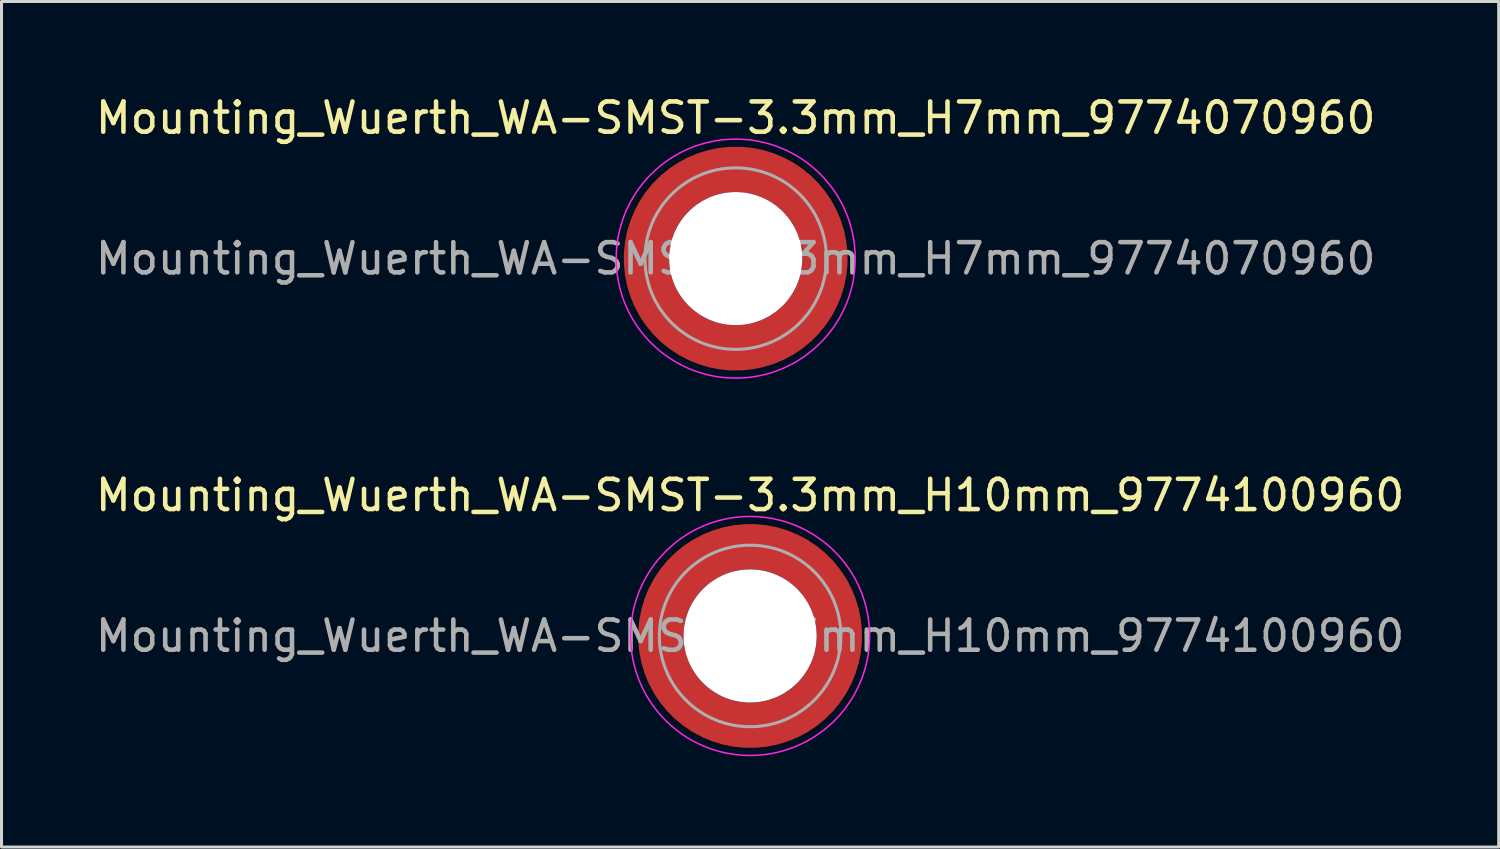
<source format=kicad_pcb>
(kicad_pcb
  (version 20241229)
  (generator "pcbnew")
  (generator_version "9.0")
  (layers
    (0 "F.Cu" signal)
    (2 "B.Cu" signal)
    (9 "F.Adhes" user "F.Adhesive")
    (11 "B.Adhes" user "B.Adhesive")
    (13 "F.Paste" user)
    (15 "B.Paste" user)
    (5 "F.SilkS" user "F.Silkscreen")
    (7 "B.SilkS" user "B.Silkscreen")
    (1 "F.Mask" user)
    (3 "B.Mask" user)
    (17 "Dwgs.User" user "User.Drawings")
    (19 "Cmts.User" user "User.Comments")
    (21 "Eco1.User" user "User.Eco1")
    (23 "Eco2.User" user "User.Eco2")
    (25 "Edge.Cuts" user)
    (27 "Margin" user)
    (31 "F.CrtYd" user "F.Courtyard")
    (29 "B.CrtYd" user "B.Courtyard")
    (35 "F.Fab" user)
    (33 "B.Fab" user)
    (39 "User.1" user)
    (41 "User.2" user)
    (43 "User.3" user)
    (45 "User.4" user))
  (footprint "Mounting_Wuerth_WA-SMST-3.3mm_H10mm_9774100960"
    (layer "F.Cu")
    (at 21.744 17.971)
    (property "Reference" "Mounting_Wuerth_WA-SMST-3.3mm_H10mm_9774100960" (at 0 -4.65 0) (layer "F.SilkS") (effects (font (size 1 1) (thickness 0.15))))
    (attr smd)
    (fp_circle (center 0 0) (end 3.95 0) (stroke (width 0.05) (type solid)) (fill no) (layer "F.CrtYd"))
    (fp_circle (center 0 0) (end 3 0) (stroke (width 0.1) (type solid)) (fill no) (layer "F.Fab"))
    (fp_text user "${REFERENCE}" (at 0 0 0) (layer "F.Fab") (effects (font (size 1 1) (thickness 0.15))))
    (pad "" smd custom (at -2.058 -2.058) (size 0.7 0.7) (layers "F.Paste") (options (anchor circle)) (primitives (gr_arc (start -0.377294 1.707681) (mid 0.317579 0.318817) (end 1.705947 -0.377044) (width 0.2)) (gr_arc (start -0.478281 1.707681) (mid 0.246161 0.248814) (end 1.703965 -0.477765) (width 0.2)) (gr_arc (start -0.579192 1.707681) (mid 0.175492 0.178063) (end 1.704077 -0.578711) (width 0.2)) (gr_arc (start -0.680037 1.707681) (mid 0.105568 0.106564) (end 1.706284 -0.679858) (width 0.2)) (gr_arc (start -0.780822 1.707681) (mid 0.034627 0.036085) (end 1.705634 -0.780569) (width 0.2)) (gr_arc (start -0.881554 1.707681) (mid -0.035694 -0.035016) (end 1.706729 -0.881441) (width 0.2)) (gr_arc (start -0.982237 1.707681) (mid -0.107281 -0.10485) (end 1.704266 -0.981842) (width 0.2)) (gr_arc (start -1.082877 1.707681) (mid -0.178372 -0.175181) (end 1.703197 -1.082374) (width 0.2)) (gr_arc (start -1.183476 1.707681) (mid -0.248964 -0.246008) (end 1.703525 -1.183025) (width 0.2)) (gr_arc (start -1.28404 1.707681) (mid -0.319062 -0.317333) (end 1.70525 -1.283784) (width 0.2)) (gr_line (start 1.708 -0.377) (end 1.708 -1.284) (width 0.2)) (gr_line (start -0.377 1.708) (end -1.284 1.708) (width 0.2))))
    (pad "" smd custom (at -2.058 2.058) (size 0.7 0.7) (layers "F.Paste") (options (anchor circle)) (primitives (gr_arc (start 1.707681 0.377294) (mid 0.318817 -0.317579) (end -0.377044 -1.705947) (width 0.2)) (gr_arc (start 1.707681 0.478281) (mid 0.248814 -0.246161) (end -0.477765 -1.703965) (width 0.2)) (gr_arc (start 1.707681 0.579192) (mid 0.178063 -0.175492) (end -0.578711 -1.704077) (width 0.2)) (gr_arc (start 1.707681 0.680037) (mid 0.106564 -0.105568) (end -0.679858 -1.706284) (width 0.2)) (gr_arc (start 1.707681 0.780822) (mid 0.036085 -0.034627) (end -0.780569 -1.705634) (width 0.2)) (gr_arc (start 1.707681 0.881554) (mid -0.035016 0.035694) (end -0.881441 -1.706729) (width 0.2)) (gr_arc (start 1.707681 0.982237) (mid -0.10485 0.107281) (end -0.981842 -1.704266) (width 0.2)) (gr_arc (start 1.707681 1.082877) (mid -0.175181 0.178372) (end -1.082374 -1.703197) (width 0.2)) (gr_arc (start 1.707681 1.183476) (mid -0.246008 0.248964) (end -1.183025 -1.703525) (width 0.2)) (gr_arc (start 1.707681 1.28404) (mid -0.317333 0.319062) (end -1.283784 -1.70525) (width 0.2)) (gr_line (start -0.377 -1.708) (end -1.284 -1.708) (width 0.2)) (gr_line (start 1.708 0.377) (end 1.708 1.284) (width 0.2))))
    (pad "" np_thru_hole circle (at 0 0) (size 4.4 4.4) (drill 4.4) (layers "*.Cu" "*.Mask"))
    (pad "" smd custom (at 2.058 -2.058) (size 0.7 0.7) (layers "F.Paste") (options (anchor circle)) (primitives (gr_arc (start -1.707681 -0.377294) (mid -0.318817 0.317579) (end 0.377044 1.705947) (width 0.2)) (gr_arc (start -1.707681 -0.478281) (mid -0.248814 0.246161) (end 0.477765 1.703965) (width 0.2)) (gr_arc (start -1.707681 -0.579192) (mid -0.178063 0.175492) (end 0.578711 1.704077) (width 0.2)) (gr_arc (start -1.707681 -0.680037) (mid -0.106564 0.105568) (end 0.679858 1.706284) (width 0.2)) (gr_arc (start -1.707681 -0.780822) (mid -0.036085 0.034627) (end 0.780569 1.705634) (width 0.2)) (gr_arc (start -1.707681 -0.881554) (mid 0.035016 -0.035694) (end 0.881441 1.706729) (width 0.2)) (gr_arc (start -1.707681 -0.982237) (mid 0.10485 -0.107281) (end 0.981842 1.704266) (width 0.2)) (gr_arc (start -1.707681 -1.082877) (mid 0.175181 -0.178372) (end 1.082374 1.703197) (width 0.2)) (gr_arc (start -1.707681 -1.183476) (mid 0.246008 -0.248964) (end 1.183025 1.703525) (width 0.2)) (gr_arc (start -1.707681 -1.28404) (mid 0.317333 -0.319062) (end 1.283784 1.70525) (width 0.2)) (gr_line (start 0.377 1.708) (end 1.284 1.708) (width 0.2)) (gr_line (start -1.708 -0.377) (end -1.708 -1.284) (width 0.2))))
    (pad "" smd custom (at 2.058 2.058) (size 0.7 0.7) (layers "F.Paste") (options (anchor circle)) (primitives (gr_arc (start 0.377294 -1.707681) (mid -0.317579 -0.318817) (end -1.705947 0.377044) (width 0.2)) (gr_arc (start 0.478281 -1.707681) (mid -0.246161 -0.248814) (end -1.703965 0.477765) (width 0.2)) (gr_arc (start 0.579192 -1.707681) (mid -0.175492 -0.178063) (end -1.704077 0.578711) (width 0.2)) (gr_arc (start 0.680037 -1.707681) (mid -0.105568 -0.106564) (end -1.706284 0.679858) (width 0.2)) (gr_arc (start 0.780822 -1.707681) (mid -0.034627 -0.036085) (end -1.705634 0.780569) (width 0.2)) (gr_arc (start 0.881554 -1.707681) (mid 0.035694 0.035016) (end -1.706729 0.881441) (width 0.2)) (gr_arc (start 0.982237 -1.707681) (mid 0.107281 0.10485) (end -1.704266 0.981842) (width 0.2)) (gr_arc (start 1.082877 -1.707681) (mid 0.178372 0.175181) (end -1.703197 1.082374) (width 0.2)) (gr_arc (start 1.183476 -1.707681) (mid 0.248964 0.246008) (end -1.703525 1.183025) (width 0.2)) (gr_arc (start 1.28404 -1.707681) (mid 0.319062 0.317333) (end -1.70525 1.283784) (width 0.2)) (gr_line (start -1.708 0.377) (end -1.708 1.284) (width 0.2)) (gr_line (start 0.377 -1.708) (end 1.284 -1.708) (width 0.2))))
    (pad "1" smd circle (at -2.95 0) (size 1.1 1.1) (layers "F.Cu"))
    (pad "1" smd circle (at 0 -2.95) (size 1.1 1.1) (layers "F.Cu"))
    (pad "1" smd circle (at 0 2.95) (size 1.1 1.1) (layers "F.Cu"))
    (pad "1" smd custom (at 2.95 0) (size 1.1 1.1) (layers "F.Cu" "F.Mask") (options (anchor circle)) (primitives (gr_circle (center -2.95 0) (end 0 0) (width 1.5) (fill no)))))
  (footprint "Mounting_Wuerth_WA-SMST-3.3mm_H7mm_9774070960"
    (layer "F.Cu")
    (at 21.268 5.498)
    (property "Reference" "Mounting_Wuerth_WA-SMST-3.3mm_H7mm_9774070960" (at 0 -4.65 0) (layer "F.SilkS") (effects (font (size 1 1) (thickness 0.15))))
    (attr smd)
    (fp_circle (center 0 0) (end 3.95 0) (stroke (width 0.05) (type solid)) (fill no) (layer "F.CrtYd"))
    (fp_circle (center 0 0) (end 3 0) (stroke (width 0.1) (type solid)) (fill no) (layer "F.Fab"))
    (fp_text user "${REFERENCE}" (at 0 0 0) (layer "F.Fab") (effects (font (size 1 1) (thickness 0.15))))
    (pad "" smd custom (at -2.058 -2.058) (size 0.7 0.7) (layers "F.Paste") (options (anchor circle)) (primitives (gr_arc (start -0.377294 1.707681) (mid 0.317579 0.318817) (end 1.705947 -0.377044) (width 0.2)) (gr_arc (start -0.478281 1.707681) (mid 0.246161 0.248814) (end 1.703965 -0.477765) (width 0.2)) (gr_arc (start -0.579192 1.707681) (mid 0.175492 0.178063) (end 1.704077 -0.578711) (width 0.2)) (gr_arc (start -0.680037 1.707681) (mid 0.105568 0.106564) (end 1.706284 -0.679858) (width 0.2)) (gr_arc (start -0.780822 1.707681) (mid 0.034627 0.036085) (end 1.705634 -0.780569) (width 0.2)) (gr_arc (start -0.881554 1.707681) (mid -0.035694 -0.035016) (end 1.706729 -0.881441) (width 0.2)) (gr_arc (start -0.982237 1.707681) (mid -0.107281 -0.10485) (end 1.704266 -0.981842) (width 0.2)) (gr_arc (start -1.082877 1.707681) (mid -0.178372 -0.175181) (end 1.703197 -1.082374) (width 0.2)) (gr_arc (start -1.183476 1.707681) (mid -0.248964 -0.246008) (end 1.703525 -1.183025) (width 0.2)) (gr_arc (start -1.28404 1.707681) (mid -0.319062 -0.317333) (end 1.70525 -1.283784) (width 0.2)) (gr_line (start 1.708 -0.377) (end 1.708 -1.284) (width 0.2)) (gr_line (start -0.377 1.708) (end -1.284 1.708) (width 0.2))))
    (pad "" smd custom (at -2.058 2.058) (size 0.7 0.7) (layers "F.Paste") (options (anchor circle)) (primitives (gr_arc (start 1.707681 0.377294) (mid 0.318817 -0.317579) (end -0.377044 -1.705947) (width 0.2)) (gr_arc (start 1.707681 0.478281) (mid 0.248814 -0.246161) (end -0.477765 -1.703965) (width 0.2)) (gr_arc (start 1.707681 0.579192) (mid 0.178063 -0.175492) (end -0.578711 -1.704077) (width 0.2)) (gr_arc (start 1.707681 0.680037) (mid 0.106564 -0.105568) (end -0.679858 -1.706284) (width 0.2)) (gr_arc (start 1.707681 0.780822) (mid 0.036085 -0.034627) (end -0.780569 -1.705634) (width 0.2)) (gr_arc (start 1.707681 0.881554) (mid -0.035016 0.035694) (end -0.881441 -1.706729) (width 0.2)) (gr_arc (start 1.707681 0.982237) (mid -0.10485 0.107281) (end -0.981842 -1.704266) (width 0.2)) (gr_arc (start 1.707681 1.082877) (mid -0.175181 0.178372) (end -1.082374 -1.703197) (width 0.2)) (gr_arc (start 1.707681 1.183476) (mid -0.246008 0.248964) (end -1.183025 -1.703525) (width 0.2)) (gr_arc (start 1.707681 1.28404) (mid -0.317333 0.319062) (end -1.283784 -1.70525) (width 0.2)) (gr_line (start -0.377 -1.708) (end -1.284 -1.708) (width 0.2)) (gr_line (start 1.708 0.377) (end 1.708 1.284) (width 0.2))))
    (pad "" np_thru_hole circle (at 0 0) (size 4.4 4.4) (drill 4.4) (layers "*.Cu" "*.Mask"))
    (pad "" smd custom (at 2.058 -2.058) (size 0.7 0.7) (layers "F.Paste") (options (anchor circle)) (primitives (gr_arc (start -1.707681 -0.377294) (mid -0.318817 0.317579) (end 0.377044 1.705947) (width 0.2)) (gr_arc (start -1.707681 -0.478281) (mid -0.248814 0.246161) (end 0.477765 1.703965) (width 0.2)) (gr_arc (start -1.707681 -0.579192) (mid -0.178063 0.175492) (end 0.578711 1.704077) (width 0.2)) (gr_arc (start -1.707681 -0.680037) (mid -0.106564 0.105568) (end 0.679858 1.706284) (width 0.2)) (gr_arc (start -1.707681 -0.780822) (mid -0.036085 0.034627) (end 0.780569 1.705634) (width 0.2)) (gr_arc (start -1.707681 -0.881554) (mid 0.035016 -0.035694) (end 0.881441 1.706729) (width 0.2)) (gr_arc (start -1.707681 -0.982237) (mid 0.10485 -0.107281) (end 0.981842 1.704266) (width 0.2)) (gr_arc (start -1.707681 -1.082877) (mid 0.175181 -0.178372) (end 1.082374 1.703197) (width 0.2)) (gr_arc (start -1.707681 -1.183476) (mid 0.246008 -0.248964) (end 1.183025 1.703525) (width 0.2)) (gr_arc (start -1.707681 -1.28404) (mid 0.317333 -0.319062) (end 1.283784 1.70525) (width 0.2)) (gr_line (start 0.377 1.708) (end 1.284 1.708) (width 0.2)) (gr_line (start -1.708 -0.377) (end -1.708 -1.284) (width 0.2))))
    (pad "" smd custom (at 2.058 2.058) (size 0.7 0.7) (layers "F.Paste") (options (anchor circle)) (primitives (gr_arc (start 0.377294 -1.707681) (mid -0.317579 -0.318817) (end -1.705947 0.377044) (width 0.2)) (gr_arc (start 0.478281 -1.707681) (mid -0.246161 -0.248814) (end -1.703965 0.477765) (width 0.2)) (gr_arc (start 0.579192 -1.707681) (mid -0.175492 -0.178063) (end -1.704077 0.578711) (width 0.2)) (gr_arc (start 0.680037 -1.707681) (mid -0.105568 -0.106564) (end -1.706284 0.679858) (width 0.2)) (gr_arc (start 0.780822 -1.707681) (mid -0.034627 -0.036085) (end -1.705634 0.780569) (width 0.2)) (gr_arc (start 0.881554 -1.707681) (mid 0.035694 0.035016) (end -1.706729 0.881441) (width 0.2)) (gr_arc (start 0.982237 -1.707681) (mid 0.107281 0.10485) (end -1.704266 0.981842) (width 0.2)) (gr_arc (start 1.082877 -1.707681) (mid 0.178372 0.175181) (end -1.703197 1.082374) (width 0.2)) (gr_arc (start 1.183476 -1.707681) (mid 0.248964 0.246008) (end -1.703525 1.183025) (width 0.2)) (gr_arc (start 1.28404 -1.707681) (mid 0.319062 0.317333) (end -1.70525 1.283784) (width 0.2)) (gr_line (start -1.708 0.377) (end -1.708 1.284) (width 0.2)) (gr_line (start 0.377 -1.708) (end 1.284 -1.708) (width 0.2))))
    (pad "1" smd circle (at -2.95 0) (size 1.1 1.1) (layers "F.Cu"))
    (pad "1" smd circle (at 0 -2.95) (size 1.1 1.1) (layers "F.Cu"))
    (pad "1" smd circle (at 0 2.95) (size 1.1 1.1) (layers "F.Cu"))
    (pad "1" smd custom (at 2.95 0) (size 1.1 1.1) (layers "F.Cu" "F.Mask") (options (anchor circle)) (primitives (gr_circle (center -2.95 0) (end 0 0) (width 1.5) (fill no)))))
  (gr_rect
    (start -3 -3)
    (end 46.488 24.947)
    (stroke (width 0.1) (type default))
    (fill no)
    (layer "Edge.Cuts")))
</source>
